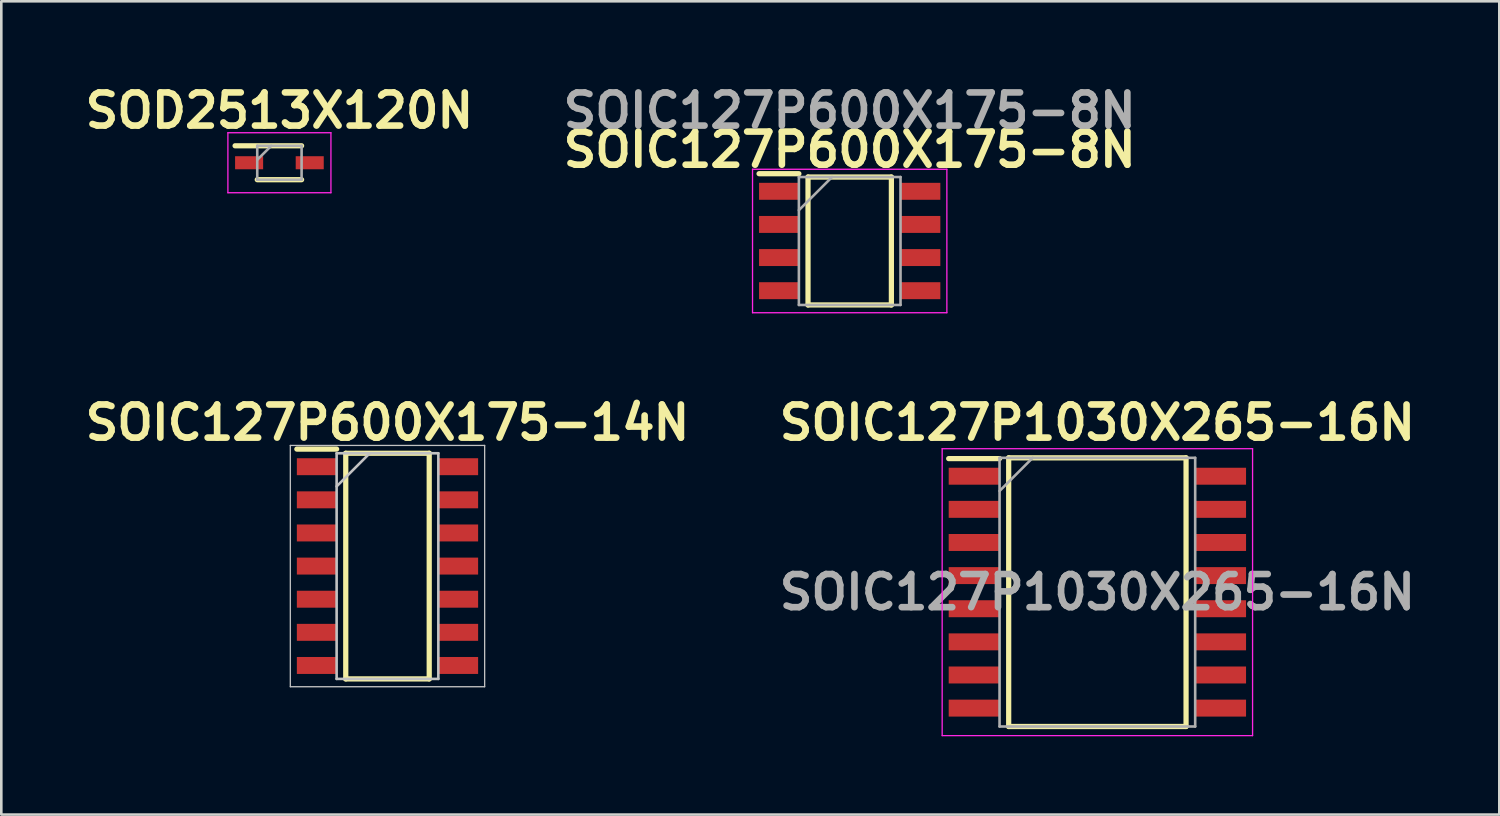
<source format=kicad_pcb>
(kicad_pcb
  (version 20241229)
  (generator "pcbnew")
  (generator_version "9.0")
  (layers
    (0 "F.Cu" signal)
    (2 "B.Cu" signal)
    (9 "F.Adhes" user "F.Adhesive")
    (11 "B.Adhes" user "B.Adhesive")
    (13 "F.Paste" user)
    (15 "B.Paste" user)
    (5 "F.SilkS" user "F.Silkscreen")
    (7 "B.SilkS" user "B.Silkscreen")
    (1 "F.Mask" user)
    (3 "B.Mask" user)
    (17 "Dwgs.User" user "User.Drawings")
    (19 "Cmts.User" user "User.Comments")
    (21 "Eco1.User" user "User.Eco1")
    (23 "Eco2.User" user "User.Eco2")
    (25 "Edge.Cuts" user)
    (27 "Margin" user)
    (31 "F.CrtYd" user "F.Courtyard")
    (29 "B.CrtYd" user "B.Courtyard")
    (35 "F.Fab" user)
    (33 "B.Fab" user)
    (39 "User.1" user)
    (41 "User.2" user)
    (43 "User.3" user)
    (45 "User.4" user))
  (footprint "SOIC127P600X175-8N"
    (layer "F.Cu")
    (at 29.525 6.189)
    (property "Reference" "SOIC127P600X175-8N" (at 0 -3.5 0) (layer "F.SilkS") (effects (font (size 1.27 1.27) (thickness 0.254))))
    (attr smd)
    (fp_line (start -3.475 -2.58) (end -1.948 -2.58) (stroke (width 0.2) (type solid)) (layer "F.SilkS"))
    (fp_line (start -1.598 -2.452) (end 1.598 -2.452) (stroke (width 0.2) (type solid)) (layer "F.SilkS"))
    (fp_line (start -1.598 2.452) (end -1.598 -2.452) (stroke (width 0.2) (type solid)) (layer "F.SilkS"))
    (fp_line (start 1.598 -2.452) (end 1.598 2.452) (stroke (width 0.2) (type solid)) (layer "F.SilkS"))
    (fp_line (start 1.598 2.452) (end -1.598 2.452) (stroke (width 0.2) (type solid)) (layer "F.SilkS"))
    (fp_line (start -3.725 -2.75) (end 3.725 -2.75) (stroke (width 0.05) (type solid)) (layer "F.CrtYd"))
    (fp_line (start -3.725 2.75) (end -3.725 -2.75) (stroke (width 0.05) (type solid)) (layer "F.CrtYd"))
    (fp_line (start 3.725 -2.75) (end 3.725 2.75) (stroke (width 0.05) (type solid)) (layer "F.CrtYd"))
    (fp_line (start 3.725 2.75) (end -3.725 2.75) (stroke (width 0.05) (type solid)) (layer "F.CrtYd"))
    (fp_line (start -1.948 -2.452) (end 1.948 -2.452) (stroke (width 0.1) (type solid)) (layer "F.Fab"))
    (fp_line (start -1.948 -1.182) (end -0.678 -2.452) (stroke (width 0.1) (type solid)) (layer "F.Fab"))
    (fp_line (start -1.948 2.452) (end -1.948 -2.452) (stroke (width 0.1) (type solid)) (layer "F.Fab"))
    (fp_line (start 1.948 -2.452) (end 1.948 2.452) (stroke (width 0.1) (type solid)) (layer "F.Fab"))
    (fp_line (start 1.948 2.452) (end -1.948 2.452) (stroke (width 0.1) (type solid)) (layer "F.Fab"))
    (fp_text user "${REFERENCE}" (at 0 -5 0) (layer "F.Fab") (effects (font (size 1.27 1.27) (thickness 0.254))))
    (pad "1" smd rect (at -2.711 -1.905 90) (size 0.65 1.528) (layers "F.Cu" "F.Mask" "F.Paste"))
    (pad "2" smd rect (at -2.711 -0.635 90) (size 0.65 1.528) (layers "F.Cu" "F.Mask" "F.Paste"))
    (pad "3" smd rect (at -2.711 0.635 90) (size 0.65 1.528) (layers "F.Cu" "F.Mask" "F.Paste"))
    (pad "4" smd rect (at -2.711 1.905 90) (size 0.65 1.528) (layers "F.Cu" "F.Mask" "F.Paste"))
    (pad "5" smd rect (at 2.711 1.905 90) (size 0.65 1.528) (layers "F.Cu" "F.Mask" "F.Paste"))
    (pad "6" smd rect (at 2.711 0.635 90) (size 0.65 1.528) (layers "F.Cu" "F.Mask" "F.Paste"))
    (pad "7" smd rect (at 2.711 -0.635 90) (size 0.65 1.528) (layers "F.Cu" "F.Mask" "F.Paste"))
    (pad "8" smd rect (at 2.711 -1.905 90) (size 0.65 1.528) (layers "F.Cu" "F.Mask" "F.Paste")))
  (footprint "SOD2513X120N"
    (layer "F.Cu")
    (at 7.662 3.189)
    (property "Reference" "SOD2513X120N" (at 0 -2 0) (layer "F.SilkS") (effects (font (size 1.27 1.27) (thickness 0.254))))
    (attr smd)
    (fp_line (start -1.7 -0.65) (end 0.85 -0.65) (stroke (width 0.2) (type solid)) (layer "F.SilkS"))
    (fp_line (start -0.85 0.65) (end 0.85 0.65) (stroke (width 0.2) (type solid)) (layer "F.SilkS"))
    (fp_line (start -1.975 -1.15) (end 1.975 -1.15) (stroke (width 0.05) (type solid)) (layer "F.CrtYd"))
    (fp_line (start -1.975 1.15) (end -1.975 -1.15) (stroke (width 0.05) (type solid)) (layer "F.CrtYd"))
    (fp_line (start 1.975 -1.15) (end 1.975 1.15) (stroke (width 0.05) (type solid)) (layer "F.CrtYd"))
    (fp_line (start 1.975 1.15) (end -1.975 1.15) (stroke (width 0.05) (type solid)) (layer "F.CrtYd"))
    (fp_line (start -0.85 -0.65) (end 0.85 -0.65) (stroke (width 0.1) (type solid)) (layer "F.Fab"))
    (fp_line (start -0.85 -0.112) (end -0.312 -0.65) (stroke (width 0.1) (type solid)) (layer "F.Fab"))
    (fp_line (start -0.85 0.65) (end -0.85 -0.65) (stroke (width 0.1) (type solid)) (layer "F.Fab"))
    (fp_line (start 0.85 -0.65) (end 0.85 0.65) (stroke (width 0.1) (type solid)) (layer "F.Fab"))
    (fp_line (start 0.85 0.65) (end -0.85 0.65) (stroke (width 0.1) (type solid)) (layer "F.Fab"))
    (pad "1" smd rect (at -1.162 0 90) (size 0.5 1.075) (layers "F.Cu" "F.Mask" "F.Paste"))
    (pad "2" smd rect (at 1.162 0 90) (size 0.5 1.075) (layers "F.Cu" "F.Mask" "F.Paste")))
  (footprint "SOIC127P1030X265-16N"
    (layer "F.Cu")
    (at 39.02 19.652)
    (property "Reference" "SOIC127P1030X265-16N" (at 0 -6.5 0) (layer "F.SilkS") (effects (font (size 1.27 1.27) (thickness 0.254))))
    (attr smd)
    (fp_line (start -5.7 -5.12) (end -3.75 -5.12) (stroke (width 0.2) (type solid)) (layer "F.SilkS"))
    (fp_line (start -3.4 -5.15) (end 3.4 -5.15) (stroke (width 0.2) (type solid)) (layer "F.SilkS"))
    (fp_line (start -3.4 5.15) (end -3.4 -5.15) (stroke (width 0.2) (type solid)) (layer "F.SilkS"))
    (fp_line (start 3.4 -5.15) (end 3.4 5.15) (stroke (width 0.2) (type solid)) (layer "F.SilkS"))
    (fp_line (start 3.4 5.15) (end -3.4 5.15) (stroke (width 0.2) (type solid)) (layer "F.SilkS"))
    (fp_line (start -5.95 -5.5) (end 5.95 -5.5) (stroke (width 0.05) (type solid)) (layer "F.CrtYd"))
    (fp_line (start -5.95 5.5) (end -5.95 -5.5) (stroke (width 0.05) (type solid)) (layer "F.CrtYd"))
    (fp_line (start 5.95 -5.5) (end 5.95 5.5) (stroke (width 0.05) (type solid)) (layer "F.CrtYd"))
    (fp_line (start 5.95 5.5) (end -5.95 5.5) (stroke (width 0.05) (type solid)) (layer "F.CrtYd"))
    (fp_line (start -3.75 -5.15) (end 3.75 -5.15) (stroke (width 0.1) (type solid)) (layer "F.Fab"))
    (fp_line (start -3.75 -3.88) (end -2.48 -5.15) (stroke (width 0.1) (type solid)) (layer "F.Fab"))
    (fp_line (start -3.75 5.15) (end -3.75 -5.15) (stroke (width 0.1) (type solid)) (layer "F.Fab"))
    (fp_line (start 3.75 -5.15) (end 3.75 5.15) (stroke (width 0.1) (type solid)) (layer "F.Fab"))
    (fp_line (start 3.75 5.15) (end -3.75 5.15) (stroke (width 0.1) (type solid)) (layer "F.Fab"))
    (fp_text user "${REFERENCE}" (at 0 0 0) (layer "F.Fab") (effects (font (size 1.27 1.27) (thickness 0.254))))
    (pad "1" smd rect (at -4.725 -4.445 90) (size 0.65 1.95) (layers "F.Cu" "F.Mask" "F.Paste"))
    (pad "2" smd rect (at -4.725 -3.175 90) (size 0.65 1.95) (layers "F.Cu" "F.Mask" "F.Paste"))
    (pad "3" smd rect (at -4.725 -1.905 90) (size 0.65 1.95) (layers "F.Cu" "F.Mask" "F.Paste"))
    (pad "4" smd rect (at -4.725 -0.635 90) (size 0.65 1.95) (layers "F.Cu" "F.Mask" "F.Paste"))
    (pad "5" smd rect (at -4.725 0.635 90) (size 0.65 1.95) (layers "F.Cu" "F.Mask" "F.Paste"))
    (pad "6" smd rect (at -4.725 1.905 90) (size 0.65 1.95) (layers "F.Cu" "F.Mask" "F.Paste"))
    (pad "7" smd rect (at -4.725 3.175 90) (size 0.65 1.95) (layers "F.Cu" "F.Mask" "F.Paste"))
    (pad "8" smd rect (at -4.725 4.445 90) (size 0.65 1.95) (layers "F.Cu" "F.Mask" "F.Paste"))
    (pad "9" smd rect (at 4.725 4.445 90) (size 0.65 1.95) (layers "F.Cu" "F.Mask" "F.Paste"))
    (pad "10" smd rect (at 4.725 3.175 90) (size 0.65 1.95) (layers "F.Cu" "F.Mask" "F.Paste"))
    (pad "11" smd rect (at 4.725 1.905 90) (size 0.65 1.95) (layers "F.Cu" "F.Mask" "F.Paste"))
    (pad "12" smd rect (at 4.725 0.635 90) (size 0.65 1.95) (layers "F.Cu" "F.Mask" "F.Paste"))
    (pad "13" smd rect (at 4.725 -0.635 90) (size 0.65 1.95) (layers "F.Cu" "F.Mask" "F.Paste"))
    (pad "14" smd rect (at 4.725 -1.905 90) (size 0.65 1.95) (layers "F.Cu" "F.Mask" "F.Paste"))
    (pad "15" smd rect (at 4.725 -3.175 90) (size 0.65 1.95) (layers "F.Cu" "F.Mask" "F.Paste"))
    (pad "16" smd rect (at 4.725 -4.445 90) (size 0.65 1.95) (layers "F.Cu" "F.Mask" "F.Paste")))
  (footprint "SOIC127P600X175-14N"
    (layer "F.Cu")
    (at 11.805 18.652)
    (property "Reference" "SOIC127P600X175-14N" (at 0 -5.5 0) (layer "F.SilkS") (effects (font (size 1.27 1.27) (thickness 0.254))))
    (attr smd)
    (fp_line (start -3.475 -4.485) (end -1.95 -4.485) (stroke (width 0.2) (type solid)) (layer "F.SilkS"))
    (fp_line (start -1.6 -4.325) (end 1.6 -4.325) (stroke (width 0.2) (type solid)) (layer "F.SilkS"))
    (fp_line (start -1.6 4.325) (end -1.6 -4.325) (stroke (width 0.2) (type solid)) (layer "F.SilkS"))
    (fp_line (start 1.6 -4.325) (end 1.6 4.325) (stroke (width 0.2) (type solid)) (layer "F.SilkS"))
    (fp_line (start 1.6 4.325) (end -1.6 4.325) (stroke (width 0.2) (type solid)) (layer "F.SilkS"))
    (fp_line (start -3.725 -4.625) (end 3.725 -4.625) (stroke (width 0.05) (type solid)) (layer "Dwgs.User"))
    (fp_line (start -3.725 4.625) (end -3.725 -4.625) (stroke (width 0.05) (type solid)) (layer "Dwgs.User"))
    (fp_line (start -1.95 -4.325) (end 1.95 -4.325) (stroke (width 0.1) (type solid)) (layer "Dwgs.User"))
    (fp_line (start -1.95 -3.055) (end -0.68 -4.325) (stroke (width 0.1) (type solid)) (layer "Dwgs.User"))
    (fp_line (start -1.95 4.325) (end -1.95 -4.325) (stroke (width 0.1) (type solid)) (layer "Dwgs.User"))
    (fp_line (start 1.95 -4.325) (end 1.95 4.325) (stroke (width 0.1) (type solid)) (layer "Dwgs.User"))
    (fp_line (start 1.95 4.325) (end -1.95 4.325) (stroke (width 0.1) (type solid)) (layer "Dwgs.User"))
    (fp_line (start 3.725 -4.625) (end 3.725 4.625) (stroke (width 0.05) (type solid)) (layer "Dwgs.User"))
    (fp_line (start 3.725 4.625) (end -3.725 4.625) (stroke (width 0.05) (type solid)) (layer "Dwgs.User"))
    (pad "1" smd rect (at -2.712 -3.81 90) (size 0.65 1.525) (layers "F.Cu" "F.Mask" "F.Paste"))
    (pad "2" smd rect (at -2.712 -2.54 90) (size 0.65 1.525) (layers "F.Cu" "F.Mask" "F.Paste"))
    (pad "3" smd rect (at -2.712 -1.27 90) (size 0.65 1.525) (layers "F.Cu" "F.Mask" "F.Paste"))
    (pad "4" smd rect (at -2.712 0 90) (size 0.65 1.525) (layers "F.Cu" "F.Mask" "F.Paste"))
    (pad "5" smd rect (at -2.712 1.27 90) (size 0.65 1.525) (layers "F.Cu" "F.Mask" "F.Paste"))
    (pad "6" smd rect (at -2.712 2.54 90) (size 0.65 1.525) (layers "F.Cu" "F.Mask" "F.Paste"))
    (pad "7" smd rect (at -2.712 3.81 90) (size 0.65 1.525) (layers "F.Cu" "F.Mask" "F.Paste"))
    (pad "8" smd rect (at 2.712 3.81 90) (size 0.65 1.525) (layers "F.Cu" "F.Mask" "F.Paste"))
    (pad "9" smd rect (at 2.712 2.54 90) (size 0.65 1.525) (layers "F.Cu" "F.Mask" "F.Paste"))
    (pad "10" smd rect (at 2.712 1.27 90) (size 0.65 1.525) (layers "F.Cu" "F.Mask" "F.Paste"))
    (pad "11" smd rect (at 2.712 0 90) (size 0.65 1.525) (layers "F.Cu" "F.Mask" "F.Paste"))
    (pad "12" smd rect (at 2.712 -1.27 90) (size 0.65 1.525) (layers "F.Cu" "F.Mask" "F.Paste"))
    (pad "13" smd rect (at 2.712 -2.54 90) (size 0.65 1.525) (layers "F.Cu" "F.Mask" "F.Paste"))
    (pad "14" smd rect (at 2.712 -3.81 90) (size 0.65 1.525) (layers "F.Cu" "F.Mask" "F.Paste")))
  (gr_rect
    (start -3 -3)
    (end 54.429 28.177)
    (stroke (width 0.1) (type default))
    (fill no)
    (layer "Edge.Cuts")))
</source>
